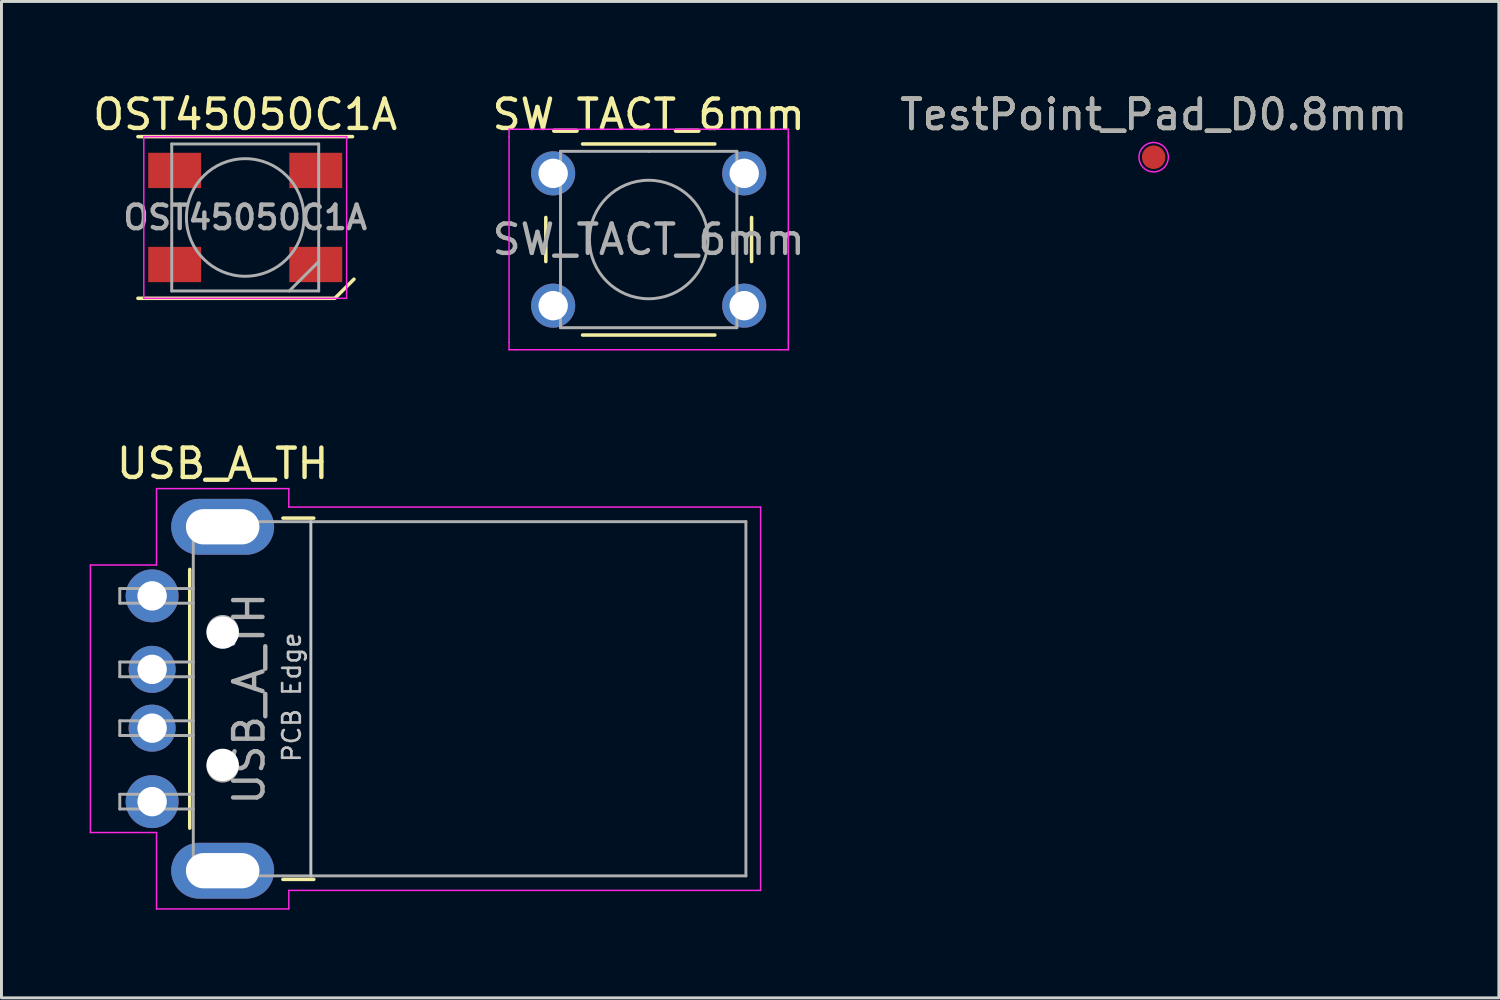
<source format=kicad_pcb>
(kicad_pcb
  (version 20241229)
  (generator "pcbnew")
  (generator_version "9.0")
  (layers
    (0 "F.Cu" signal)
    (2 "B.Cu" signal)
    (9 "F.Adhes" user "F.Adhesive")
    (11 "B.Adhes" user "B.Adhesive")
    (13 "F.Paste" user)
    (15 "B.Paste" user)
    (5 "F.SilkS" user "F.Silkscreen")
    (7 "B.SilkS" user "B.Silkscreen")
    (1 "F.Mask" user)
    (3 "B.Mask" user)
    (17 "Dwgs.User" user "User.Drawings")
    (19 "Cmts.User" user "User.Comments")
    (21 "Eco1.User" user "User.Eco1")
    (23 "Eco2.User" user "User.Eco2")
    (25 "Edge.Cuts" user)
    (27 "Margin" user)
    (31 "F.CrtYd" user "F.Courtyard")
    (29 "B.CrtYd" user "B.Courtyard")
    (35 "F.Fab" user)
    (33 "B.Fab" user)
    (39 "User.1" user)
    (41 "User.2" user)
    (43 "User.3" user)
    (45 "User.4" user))
  (footprint "USB_A_TH"
    (layer "F.Cu")
    (at 11.425 20.721)
    (property "Reference" "USB_A_TH" (at -6.9 -8 0) (layer "F.SilkS") (effects (font (size 1 1) (thickness 0.15))))
    (attr smd)
    (fp_line (start -8.02 -4.4) (end -8.02 4.4) (stroke (width 0.12) (type solid)) (layer "F.SilkS"))
    (fp_line (start -4.85 -6.145) (end -3.8 -6.145) (stroke (width 0.12) (type solid)) (layer "F.SilkS"))
    (fp_line (start -4.85 6.145) (end -3.8 6.145) (stroke (width 0.12) (type solid)) (layer "F.SilkS"))
    (fp_line (start -3.9 6.025) (end -3.9 -6.025) (stroke (width 0.1) (type solid)) (layer "Dwgs.User"))
    (fp_line (start -11.4 -4.55) (end -9.15 -4.55) (stroke (width 0.05) (type solid)) (layer "F.CrtYd"))
    (fp_line (start -11.4 4.55) (end -11.4 -4.55) (stroke (width 0.05) (type solid)) (layer "F.CrtYd"))
    (fp_line (start -11.4 4.55) (end -9.15 4.55) (stroke (width 0.05) (type solid)) (layer "F.CrtYd"))
    (fp_line (start -9.15 -7.15) (end -9.15 -4.55) (stroke (width 0.05) (type solid)) (layer "F.CrtYd"))
    (fp_line (start -9.15 -7.15) (end -4.65 -7.15) (stroke (width 0.05) (type solid)) (layer "F.CrtYd"))
    (fp_line (start -9.15 4.55) (end -9.15 7.15) (stroke (width 0.05) (type solid)) (layer "F.CrtYd"))
    (fp_line (start -9.15 7.15) (end -4.65 7.15) (stroke (width 0.05) (type solid)) (layer "F.CrtYd"))
    (fp_line (start -4.65 -6.52) (end -4.65 -7.15) (stroke (width 0.05) (type solid)) (layer "F.CrtYd"))
    (fp_line (start -4.65 -6.52) (end 11.4 -6.52) (stroke (width 0.05) (type solid)) (layer "F.CrtYd"))
    (fp_line (start -4.65 6.52) (end 11.4 6.52) (stroke (width 0.05) (type solid)) (layer "F.CrtYd"))
    (fp_line (start -4.65 7.15) (end -4.65 6.52) (stroke (width 0.05) (type solid)) (layer "F.CrtYd"))
    (fp_line (start 11.4 6.52) (end 11.4 -6.52) (stroke (width 0.05) (type solid)) (layer "F.CrtYd"))
    (fp_line (start -10.4 -3.75) (end -7.9 -3.75) (stroke (width 0.1) (type solid)) (layer "F.Fab"))
    (fp_line (start -10.4 -3.25) (end -10.4 -3.75) (stroke (width 0.1) (type solid)) (layer "F.Fab"))
    (fp_line (start -10.4 -3.25) (end -7.9 -3.25) (stroke (width 0.1) (type solid)) (layer "F.Fab"))
    (fp_line (start -10.4 -1.25) (end -7.9 -1.25) (stroke (width 0.1) (type solid)) (layer "F.Fab"))
    (fp_line (start -10.4 -0.75) (end -10.4 -1.25) (stroke (width 0.1) (type solid)) (layer "F.Fab"))
    (fp_line (start -10.4 -0.75) (end -7.9 -0.75) (stroke (width 0.1) (type solid)) (layer "F.Fab"))
    (fp_line (start -10.4 0.75) (end -7.9 0.75) (stroke (width 0.1) (type solid)) (layer "F.Fab"))
    (fp_line (start -10.4 1.25) (end -10.4 0.75) (stroke (width 0.1) (type solid)) (layer "F.Fab"))
    (fp_line (start -10.4 1.25) (end -7.9 1.25) (stroke (width 0.1) (type solid)) (layer "F.Fab"))
    (fp_line (start -10.4 3.25) (end -7.9 3.25) (stroke (width 0.1) (type solid)) (layer "F.Fab"))
    (fp_line (start -10.4 3.75) (end -10.4 3.25) (stroke (width 0.1) (type solid)) (layer "F.Fab"))
    (fp_line (start -10.4 3.75) (end -7.9 3.75) (stroke (width 0.1) (type solid)) (layer "F.Fab"))
    (fp_line (start -7.9 -6.025) (end 10.9 -6.025) (stroke (width 0.1) (type solid)) (layer "F.Fab"))
    (fp_line (start -7.9 6.025) (end -7.9 -6.025) (stroke (width 0.1) (type solid)) (layer "F.Fab"))
    (fp_line (start -7.9 6.025) (end 10.9 6.025) (stroke (width 0.1) (type solid)) (layer "F.Fab"))
    (fp_line (start 10.9 6.025) (end 10.9 -6.025) (stroke (width 0.1) (type solid)) (layer "F.Fab"))
    (fp_circle (center -6.9 -2.3) (end -6.9 -2.8) (stroke (width 0.1) (type solid)) (fill no) (layer "F.Fab"))
    (fp_circle (center -6.9 2.3) (end -6.9 2.8) (stroke (width 0.1) (type solid)) (fill no) (layer "F.Fab"))
    (fp_text user "PCB Edge" (at -4.55 -0.05 90) (layer "Dwgs.User") (effects (font (size 0.6 0.6) (thickness 0.09))))
    (fp_text user "${REFERENCE}" (at -6 0 90) (layer "F.Fab") (effects (font (size 1 1) (thickness 0.15))))
    (pad "" np_thru_hole circle (at -6.9 -2.25) (size 1.1 1.1) (drill 1.1) (layers "*.Cu" "*.Mask"))
    (pad "" np_thru_hole circle (at -6.9 2.25) (size 1.1 1.1) (drill 1.1) (layers "*.Cu" "*.Mask"))
    (pad "1" thru_hole circle (at -9.3 -3.5) (size 1.8 1.8) (drill 1) (layers "*.Cu" "*.Mask"))
    (pad "2" thru_hole circle (at -9.3 -1) (size 1.6 1.6) (drill 1) (layers "*.Cu" "*.Mask"))
    (pad "3" thru_hole circle (at -9.3 1) (size 1.6 1.6) (drill 1) (layers "*.Cu" "*.Mask"))
    (pad "4" thru_hole circle (at -9.3 3.5) (size 1.8 1.8) (drill 1) (layers "*.Cu" "*.Mask"))
    (pad "5" thru_hole oval (at -6.9 -5.85) (size 3.5 1.9) (drill oval 2.5 1.2) (layers "*.Cu" "*.Mask"))
    (pad "5" thru_hole oval (at -6.9 5.85) (size 3.5 1.9) (drill oval 2.5 1.2) (layers "*.Cu" "*.Mask")))
  (footprint "TestPoint_Pad_D0.8mm"
    (layer "F.Cu")
    (at 36.196 2.298)
    (property "Reference" "TestPoint_Pad_D0.8mm" (at 0 -1.448 0) (layer "F.SilkS") (effects (font (size 1 1) (thickness 0.15))))
    (attr exclude_from_pos_files exclude_from_bom)
    (fp_circle (center 0 0) (end 0.5 0) (stroke (width 0.05) (type solid)) (fill no) (layer "F.CrtYd"))
    (fp_text user "${REFERENCE}" (at 0 -1.45 0) (layer "F.Fab") (effects (font (size 1 1) (thickness 0.15))))
    (pad "1" smd circle (at 0 0) (size 0.8 0.8) (layers "F.Cu" "F.Mask")))
  (footprint "SW_TACT_6mm"
    (layer "F.Cu")
    (at 15.768 2.848)
    (property "Reference" "SW_TACT_6mm" (at 3.25 -2 0) (layer "F.SilkS") (effects (font (size 1 1) (thickness 0.15))))
    (attr through_hole)
    (fp_line (start -0.25 1.5) (end -0.25 3) (stroke (width 0.12) (type solid)) (layer "F.SilkS"))
    (fp_line (start 1 5.5) (end 5.5 5.5) (stroke (width 0.12) (type solid)) (layer "F.SilkS"))
    (fp_line (start 5.5 -1) (end 1 -1) (stroke (width 0.12) (type solid)) (layer "F.SilkS"))
    (fp_line (start 6.75 3) (end 6.75 1.5) (stroke (width 0.12) (type solid)) (layer "F.SilkS"))
    (fp_line (start -1.5 -1.5) (end -1.25 -1.5) (stroke (width 0.05) (type solid)) (layer "F.CrtYd"))
    (fp_line (start -1.5 -1.25) (end -1.5 -1.5) (stroke (width 0.05) (type solid)) (layer "F.CrtYd"))
    (fp_line (start -1.5 5.75) (end -1.5 -1.25) (stroke (width 0.05) (type solid)) (layer "F.CrtYd"))
    (fp_line (start -1.5 5.75) (end -1.5 6) (stroke (width 0.05) (type solid)) (layer "F.CrtYd"))
    (fp_line (start -1.5 6) (end -1.25 6) (stroke (width 0.05) (type solid)) (layer "F.CrtYd"))
    (fp_line (start -1.25 -1.5) (end 7.75 -1.5) (stroke (width 0.05) (type solid)) (layer "F.CrtYd"))
    (fp_line (start 7.75 -1.5) (end 8 -1.5) (stroke (width 0.05) (type solid)) (layer "F.CrtYd"))
    (fp_line (start 7.75 6) (end -1.25 6) (stroke (width 0.05) (type solid)) (layer "F.CrtYd"))
    (fp_line (start 7.75 6) (end 8 6) (stroke (width 0.05) (type solid)) (layer "F.CrtYd"))
    (fp_line (start 8 -1.5) (end 8 -1.25) (stroke (width 0.05) (type solid)) (layer "F.CrtYd"))
    (fp_line (start 8 -1.25) (end 8 5.75) (stroke (width 0.05) (type solid)) (layer "F.CrtYd"))
    (fp_line (start 8 6) (end 8 5.75) (stroke (width 0.05) (type solid)) (layer "F.CrtYd"))
    (fp_line (start 0.25 -0.75) (end 3.25 -0.75) (stroke (width 0.1) (type solid)) (layer "F.Fab"))
    (fp_line (start 0.25 5.25) (end 0.25 -0.75) (stroke (width 0.1) (type solid)) (layer "F.Fab"))
    (fp_line (start 3.25 -0.75) (end 6.25 -0.75) (stroke (width 0.1) (type solid)) (layer "F.Fab"))
    (fp_line (start 6.25 -0.75) (end 6.25 5.25) (stroke (width 0.1) (type solid)) (layer "F.Fab"))
    (fp_line (start 6.25 5.25) (end 0.25 5.25) (stroke (width 0.1) (type solid)) (layer "F.Fab"))
    (fp_circle (center 3.25 2.25) (end 1.25 2.5) (stroke (width 0.1) (type solid)) (fill no) (layer "F.Fab"))
    (fp_text user "${REFERENCE}" (at 3.25 2.25 0) (layer "F.Fab") (effects (font (size 1 1) (thickness 0.15))))
    (pad "1" thru_hole circle (at 0 0 90) (size 1.5 1.5) (drill 1) (layers "*.Cu" "*.Mask"))
    (pad "1" thru_hole circle (at 6.5 0 90) (size 1.5 1.5) (drill 1) (layers "*.Cu" "*.Mask"))
    (pad "2" thru_hole circle (at 0 4.5 90) (size 1.5 1.5) (drill 1) (layers "*.Cu" "*.Mask"))
    (pad "2" thru_hole circle (at 6.5 4.5 90) (size 1.5 1.5) (drill 1) (layers "*.Cu" "*.Mask")))
  (footprint "OST45050C1A"
    (layer "F.Cu")
    (at 5.292 4.348)
    (property "Reference" "OST45050C1A" (at 0 -3.5 0) (layer "F.SilkS") (effects (font (size 1 1) (thickness 0.15))))
    (attr smd)
    (fp_line (start -3.65 -2.75) (end 3.65 -2.75) (stroke (width 0.12) (type solid)) (layer "F.SilkS"))
    (fp_line (start -3.65 2.75) (end 3 2.75) (stroke (width 0.12) (type solid)) (layer "F.SilkS"))
    (fp_line (start 3.05 2.75) (end 3.7 2.1) (stroke (width 0.12) (type solid)) (layer "F.SilkS"))
    (fp_line (start -3.45 -2.75) (end -3.45 2.75) (stroke (width 0.05) (type solid)) (layer "F.CrtYd"))
    (fp_line (start -3.45 2.75) (end 3.45 2.75) (stroke (width 0.05) (type solid)) (layer "F.CrtYd"))
    (fp_line (start 3.45 -2.75) (end -3.45 -2.75) (stroke (width 0.05) (type solid)) (layer "F.CrtYd"))
    (fp_line (start 3.45 2.75) (end 3.45 -2.75) (stroke (width 0.05) (type solid)) (layer "F.CrtYd"))
    (fp_line (start -2.5 -2.5) (end -2.5 2.5) (stroke (width 0.1) (type solid)) (layer "F.Fab"))
    (fp_line (start -2.5 2.5) (end 2.5 2.5) (stroke (width 0.1) (type solid)) (layer "F.Fab"))
    (fp_line (start 2.5 -2.5) (end -2.5 -2.5) (stroke (width 0.1) (type solid)) (layer "F.Fab"))
    (fp_line (start 2.5 1.5) (end 1.5 2.5) (stroke (width 0.1) (type solid)) (layer "F.Fab"))
    (fp_line (start 2.5 2.5) (end 2.5 -2.5) (stroke (width 0.1) (type solid)) (layer "F.Fab"))
    (fp_circle (center 0 0) (end 0 -2) (stroke (width 0.1) (type solid)) (fill no) (layer "F.Fab"))
    (fp_text user "${REFERENCE}" (at 0 0 0) (layer "F.Fab") (effects (font (size 0.8 0.8) (thickness 0.15))))
    (pad "1" smd rect (at -2.2 -1.6) (size 1.8 1.2) (drill (offset -0.2 0)) (layers "F.Cu" "F.Mask" "F.Paste"))
    (pad "2" smd rect (at -2.2 1.6) (size 1.8 1.2) (drill (offset -0.2 0)) (layers "F.Cu" "F.Mask" "F.Paste"))
    (pad "3" smd rect (at 2.2 1.6) (size 1.8 1.2) (drill (offset 0.2 0)) (layers "F.Cu" "F.Mask" "F.Paste"))
    (pad "4" smd rect (at 2.2 -1.6) (size 1.8 1.2) (drill (offset 0.2 0)) (layers "F.Cu" "F.Mask" "F.Paste")))
  (gr_rect
    (start -3 -3)
    (end 47.94 30.896)
    (stroke (width 0.1) (type default))
    (fill no)
    (layer "Edge.Cuts")))
</source>
